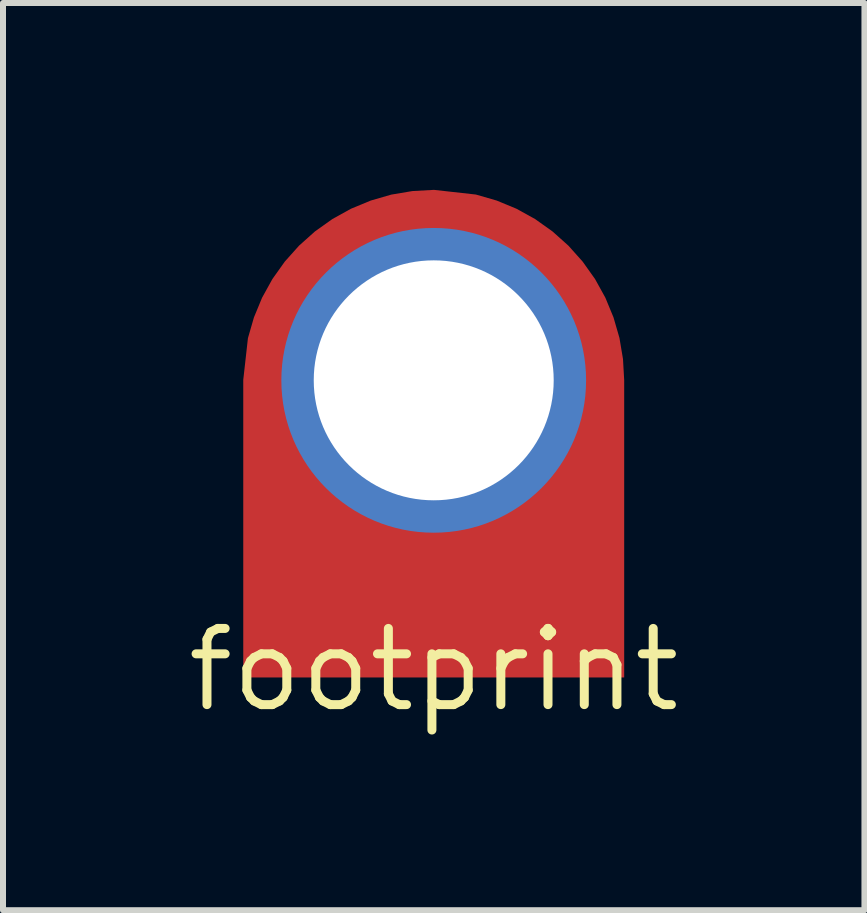
<source format=kicad_pcb>
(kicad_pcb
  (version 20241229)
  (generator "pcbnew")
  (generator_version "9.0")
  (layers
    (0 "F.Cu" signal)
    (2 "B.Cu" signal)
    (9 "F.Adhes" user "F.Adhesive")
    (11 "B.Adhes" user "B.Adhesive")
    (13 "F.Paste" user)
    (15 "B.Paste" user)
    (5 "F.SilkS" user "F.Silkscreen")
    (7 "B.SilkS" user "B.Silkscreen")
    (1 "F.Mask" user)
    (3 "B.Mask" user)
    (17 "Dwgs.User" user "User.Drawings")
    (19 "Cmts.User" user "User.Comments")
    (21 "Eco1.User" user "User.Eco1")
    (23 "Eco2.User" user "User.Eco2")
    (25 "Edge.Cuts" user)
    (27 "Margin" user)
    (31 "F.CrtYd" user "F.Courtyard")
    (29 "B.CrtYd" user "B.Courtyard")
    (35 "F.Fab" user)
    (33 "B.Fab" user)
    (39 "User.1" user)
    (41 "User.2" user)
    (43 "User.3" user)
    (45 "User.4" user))
  (footprint "footprint"
    (layer "F.Cu")
    (at 4.18 8.116)
    (property "Reference" "footprint" (at 0 0 0) (layer "F.SilkS") (effects (font (size 1.27 1.27) (thickness 0.15))))
    (fp_poly (pts (xy 0.703 -7.923) (xy 1.049 -7.823) (xy 1.378 -7.687) (xy 1.689 -7.515) (xy 1.98 -7.308) (xy 2.245 -7.071) (xy 2.482 -6.806) (xy 2.689 -6.515) (xy 2.861 -6.204) (xy 2.997 -5.875) (xy 3.096 -5.533) (xy 3.155 -5.182) (xy 3.175 -4.83) (xy 3.175 0.127) (xy -3.175 0.127) (xy -3.175 -4.833) (xy -3.097 -5.529) (xy -2.997 -5.875) (xy -2.861 -6.204) (xy -2.689 -6.515) (xy -2.482 -6.806) (xy -2.245 -7.071) (xy -1.98 -7.308) (xy -1.689 -7.515) (xy -1.378 -7.687) (xy -1.049 -7.823) (xy -0.707 -7.922) (xy -0.356 -7.981) (xy 0.004 -8.001)) (stroke (width 0) (type solid)) (fill yes) (layer "F.Cu"))
    (fp_poly (pts (xy 0.003 -8.052) (xy 0.344 -8.05) (xy 0.693 -8.009) (xy 1.034 -7.929) (xy 1.365 -7.811) (xy 1.68 -7.657) (xy 1.976 -7.469) (xy 2.249 -7.249) (xy 2.496 -7) (xy 2.713 -6.724) (xy 2.898 -6.426) (xy 3.049 -6.109) (xy 3.164 -5.774) (xy 3.277 -5.09) (xy 3.277 0.229) (xy -3.277 0.229) (xy -3.277 -4.98) (xy -3.267 -5.338) (xy -3.213 -5.698) (xy -3.115 -6.049) (xy -2.976 -6.385) (xy -2.797 -6.702) (xy -2.58 -6.995) (xy -2.33 -7.259) (xy -2.05 -7.491) (xy -1.743 -7.687) (xy -1.415 -7.845) (xy -1.07 -7.962) (xy -0.714 -8.036) (xy -0.351 -8.066)) (stroke (width 0) (type solid)) (fill yes) (layer "F.Mask"))
    (fp_poly (pts (xy 0.028 -8.103) (xy 0.37 -8.101) (xy 0.718 -8.06) (xy 1.06 -7.98) (xy 1.39 -7.862) (xy 1.705 -7.708) (xy 2.002 -7.52) (xy 2.275 -7.3) (xy 2.521 -7.051) (xy 2.739 -6.775) (xy 2.924 -6.477) (xy 3.074 -6.16) (xy 3.19 -5.825) (xy 3.302 -5.141) (xy 3.302 0.178) (xy -3.251 0.178) (xy -3.251 -5.031) (xy -3.241 -5.389) (xy -3.187 -5.749) (xy -3.09 -6.1) (xy -2.95 -6.436) (xy -2.771 -6.753) (xy -2.555 -7.046) (xy -2.305 -7.31) (xy -2.024 -7.542) (xy -1.718 -7.738) (xy -1.39 -7.896) (xy -1.045 -8.012) (xy -0.688 -8.086) (xy -0.326 -8.116)) (stroke (width 0) (type solid)) (fill yes) (layer "B.Mask"))
    (fp_poly (pts (xy 0.703 -7.923) (xy 1.049 -7.823) (xy 1.378 -7.687) (xy 1.689 -7.515) (xy 1.98 -7.308) (xy 2.245 -7.071) (xy 2.482 -6.806) (xy 2.689 -6.515) (xy 2.861 -6.204) (xy 2.997 -5.875) (xy 3.096 -5.533) (xy 3.155 -5.182) (xy 3.175 -4.83) (xy 3.175 0.127) (xy -3.175 0.127) (xy -3.175 -4.833) (xy -3.097 -5.529) (xy -2.997 -5.875) (xy -2.861 -6.204) (xy -2.689 -6.515) (xy -2.482 -6.806) (xy -2.245 -7.071) (xy -1.98 -7.308) (xy -1.689 -7.515) (xy -1.378 -7.687) (xy -1.049 -7.823) (xy -0.707 -7.922) (xy -0.356 -7.981) (xy 0.004 -8.001)) (stroke (width 0) (type solid)) (fill yes) (layer "In1.Cu"))
    (pad "P1" thru_hole circle (at 0 -4.826) (size 5.08 5.08) (drill 4) (layers "*.Cu" "*.Mask")))
  (gr_rect
    (start -3 -3)
    (end 11.36 12.123)
    (stroke (width 0.1) (type default))
    (fill no)
    (layer "Edge.Cuts")))
</source>
